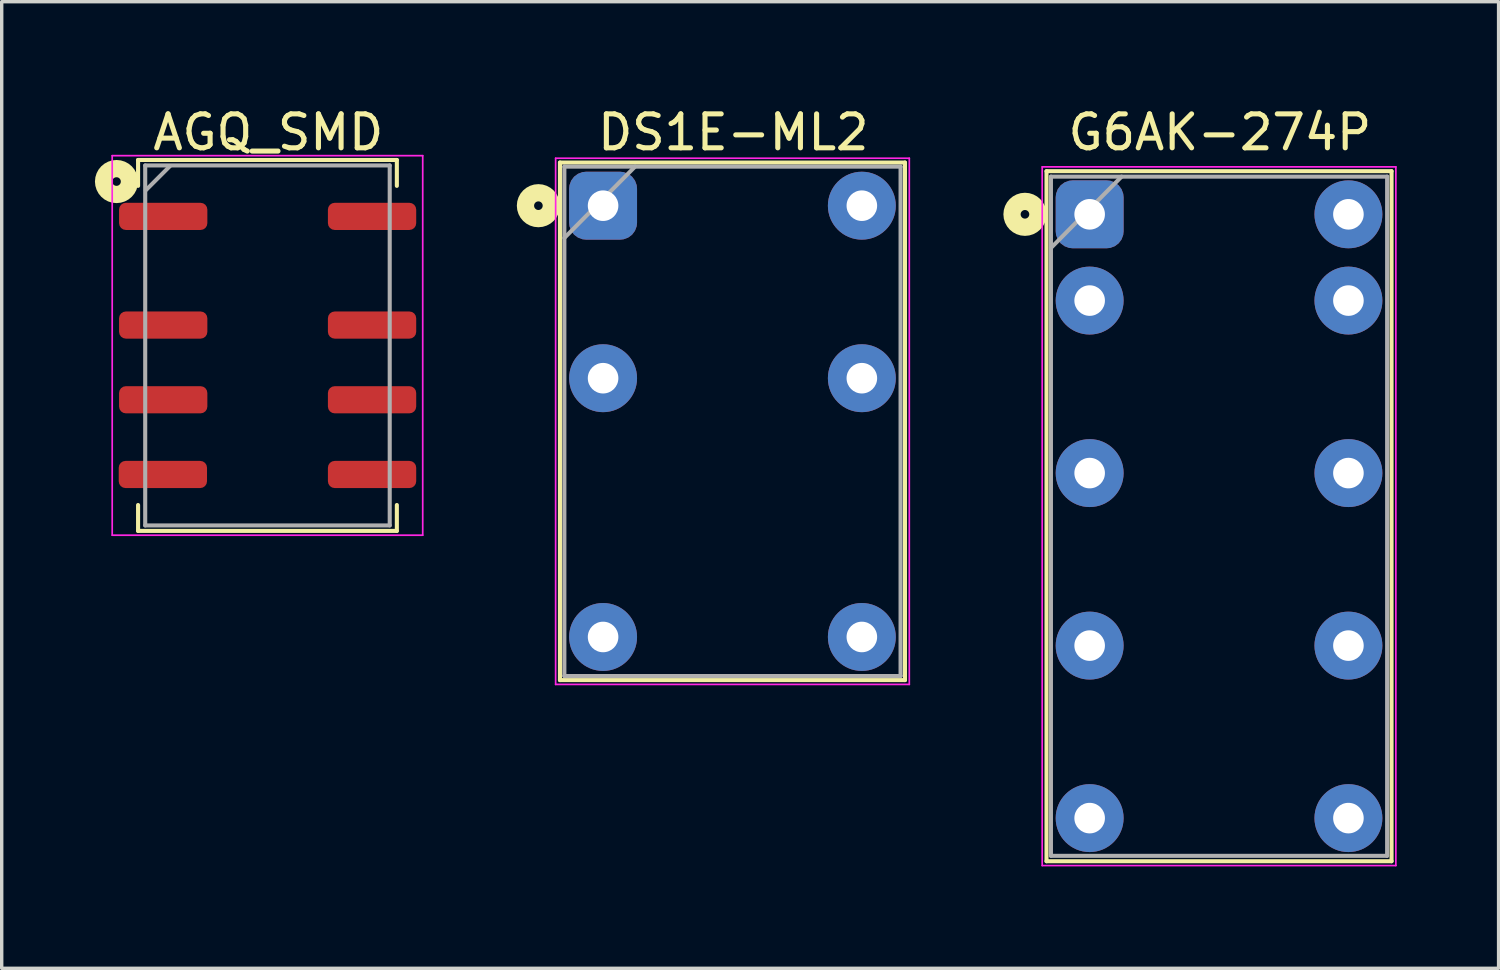
<source format=kicad_pcb>
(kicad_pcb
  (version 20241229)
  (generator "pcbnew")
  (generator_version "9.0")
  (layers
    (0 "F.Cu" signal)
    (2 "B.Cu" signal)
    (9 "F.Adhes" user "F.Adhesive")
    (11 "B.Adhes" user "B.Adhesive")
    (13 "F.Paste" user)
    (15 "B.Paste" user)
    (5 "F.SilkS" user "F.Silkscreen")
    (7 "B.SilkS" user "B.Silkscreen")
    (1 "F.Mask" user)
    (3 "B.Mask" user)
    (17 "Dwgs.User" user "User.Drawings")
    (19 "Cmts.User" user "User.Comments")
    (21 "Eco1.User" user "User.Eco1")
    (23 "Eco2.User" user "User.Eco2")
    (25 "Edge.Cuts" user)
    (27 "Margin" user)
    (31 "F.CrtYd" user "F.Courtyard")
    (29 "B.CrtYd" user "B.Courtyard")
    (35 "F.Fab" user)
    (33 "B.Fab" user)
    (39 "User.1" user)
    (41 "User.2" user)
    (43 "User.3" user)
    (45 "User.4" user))
  (footprint "AGQ_SMD"
    (layer "F.Cu")
    (at 4.826 7.122)
    (property "Reference" "AGQ_SMD" (at 0.025 -6.274 0) (layer "F.SilkS") (effects (font (size 1 1) (thickness 0.15))))
    (attr through_hole)
    (fp_line (start -3.81 -5.461) (end 3.81 -5.461) (stroke (width 0.12) (type solid)) (layer "F.SilkS"))
    (fp_line (start -3.81 -4.699) (end -3.81 -5.461) (stroke (width 0.12) (type solid)) (layer "F.SilkS"))
    (fp_line (start -3.81 5.461) (end -3.81 4.699) (stroke (width 0.12) (type solid)) (layer "F.SilkS"))
    (fp_line (start -3.81 5.461) (end 3.81 5.461) (stroke (width 0.12) (type solid)) (layer "F.SilkS"))
    (fp_line (start 3.81 -5.461) (end 3.81 -4.699) (stroke (width 0.12) (type solid)) (layer "F.SilkS"))
    (fp_line (start 3.81 4.699) (end 3.81 5.461) (stroke (width 0.12) (type solid)) (layer "F.SilkS"))
    (fp_circle (center -4.445 -4.826) (end -4.318 -4.826) (stroke (width 0.508) (type solid)) (fill no) (layer "F.SilkS"))
    (fp_line (start -4.572 -5.588) (end -4.572 5.588) (stroke (width 0.05) (type solid)) (layer "F.CrtYd"))
    (fp_line (start -4.572 5.588) (end 4.572 5.588) (stroke (width 0.05) (type solid)) (layer "F.CrtYd"))
    (fp_line (start 4.572 -5.588) (end -4.572 -5.588) (stroke (width 0.05) (type solid)) (layer "F.CrtYd"))
    (fp_line (start 4.572 5.588) (end 4.572 -5.588) (stroke (width 0.05) (type solid)) (layer "F.CrtYd"))
    (fp_line (start -3.6 -5.3) (end -3.6 5.3) (stroke (width 0.12) (type solid)) (layer "F.Fab"))
    (fp_line (start -3.6 -5.3) (end 3.6 -5.3) (stroke (width 0.12) (type solid)) (layer "F.Fab"))
    (fp_line (start -3.581 -4.572) (end -2.87 -5.283) (stroke (width 0.12) (type solid)) (layer "F.Fab"))
    (fp_line (start 3.6 -5.3) (end 3.6 5.3) (stroke (width 0.12) (type solid)) (layer "F.Fab"))
    (fp_line (start 3.6 5.3) (end -3.6 5.3) (stroke (width 0.12) (type solid)) (layer "F.Fab"))
    (pad "1" smd roundrect (at -3.07 -3.8) (size 2.6 0.8) (layers "F.Cu" "F.Mask" "F.Paste") (roundrect_rratio 0.25))
    (pad "2" smd roundrect (at -3.07 -0.6) (size 2.6 0.8) (layers "F.Cu" "F.Mask" "F.Paste") (roundrect_rratio 0.25))
    (pad "3" smd roundrect (at -3.07 1.6) (size 2.6 0.8) (layers "F.Cu" "F.Mask" "F.Paste") (roundrect_rratio 0.25))
    (pad "4" smd roundrect (at -3.08 3.8) (size 2.6 0.8) (layers "F.Cu" "F.Mask" "F.Paste") (roundrect_rratio 0.25))
    (pad "5" smd roundrect (at 3.08 3.8) (size 2.6 0.8) (layers "F.Cu" "F.Mask" "F.Paste") (roundrect_rratio 0.25))
    (pad "6" smd roundrect (at 3.08 1.6) (size 2.6 0.8) (layers "F.Cu" "F.Mask" "F.Paste") (roundrect_rratio 0.25))
    (pad "7" smd roundrect (at 3.08 -0.6) (size 2.6 0.8) (layers "F.Cu" "F.Mask" "F.Paste") (roundrect_rratio 0.25))
    (pad "8" smd roundrect (at 3.08 -3.8) (size 2.6 0.8) (layers "F.Cu" "F.Mask" "F.Paste") (roundrect_rratio 0.25)))
  (footprint "G6AK-274P"
    (layer "F.Cu")
    (at 32.847 12.151)
    (property "Reference" "G6AK-274P" (at 0.025 -11.303 0) (layer "F.SilkS") (effects (font (size 1 1) (thickness 0.15))))
    (attr through_hole)
    (fp_line (start -5.08 -10.16) (end 5.08 -10.16) (stroke (width 0.12) (type solid)) (layer "F.SilkS"))
    (fp_line (start -5.08 10.16) (end -5.08 -10.16) (stroke (width 0.12) (type solid)) (layer "F.SilkS"))
    (fp_line (start -5.08 10.16) (end 5.08 10.16) (stroke (width 0.12) (type solid)) (layer "F.SilkS"))
    (fp_line (start 5.08 -10.16) (end 5.08 10.16) (stroke (width 0.12) (type solid)) (layer "F.SilkS"))
    (fp_circle (center -5.715 -8.89) (end -5.588 -8.89) (stroke (width 0.508) (type solid)) (fill no) (layer "F.SilkS"))
    (fp_line (start -5.207 -10.287) (end -5.207 10.287) (stroke (width 0.05) (type solid)) (layer "F.CrtYd"))
    (fp_line (start -5.207 10.287) (end 5.207 10.287) (stroke (width 0.05) (type solid)) (layer "F.CrtYd"))
    (fp_line (start 5.207 -10.287) (end -5.207 -10.287) (stroke (width 0.05) (type solid)) (layer "F.CrtYd"))
    (fp_line (start 5.207 10.287) (end 5.207 -10.287) (stroke (width 0.05) (type solid)) (layer "F.CrtYd"))
    (fp_line (start -4.95 -10) (end -4.95 10) (stroke (width 0.12) (type solid)) (layer "F.Fab"))
    (fp_line (start -4.95 -10) (end 4.95 -10) (stroke (width 0.12) (type solid)) (layer "F.Fab"))
    (fp_line (start -4.95 -7.9) (end -2.87 -10) (stroke (width 0.12) (type solid)) (layer "F.Fab"))
    (fp_line (start 4.95 -10) (end 4.95 10) (stroke (width 0.12) (type solid)) (layer "F.Fab"))
    (fp_line (start 4.95 10) (end -4.95 10) (stroke (width 0.12) (type solid)) (layer "F.Fab"))
    (pad "1" thru_hole roundrect (at -3.81 -8.89) (size 2 2) (drill 0.9) (layers "*.Cu" "*.Mask") (roundrect_rratio 0.25))
    (pad "2" thru_hole circle (at -3.81 -6.35) (size 2 2) (drill 0.9) (layers "*.Cu" "*.Mask"))
    (pad "4" thru_hole circle (at -3.81 -1.27) (size 2 2) (drill 0.9) (layers "*.Cu" "*.Mask"))
    (pad "6" thru_hole circle (at -3.81 3.81) (size 2 2) (drill 0.9) (layers "*.Cu" "*.Mask"))
    (pad "8" thru_hole circle (at -3.81 8.89) (size 2 2) (drill 0.9) (layers "*.Cu" "*.Mask"))
    (pad "9" thru_hole circle (at 3.81 8.89) (size 2 2) (drill 0.9) (layers "*.Cu" "*.Mask"))
    (pad "11" thru_hole circle (at 3.81 3.81) (size 2 2) (drill 0.9) (layers "*.Cu" "*.Mask"))
    (pad "13" thru_hole circle (at 3.81 -1.27) (size 2 2) (drill 0.9) (layers "*.Cu" "*.Mask"))
    (pad "15" thru_hole circle (at 3.81 -6.35) (size 2 2) (drill 0.9) (layers "*.Cu" "*.Mask"))
    (pad "16" thru_hole circle (at 3.81 -8.89) (size 2 2) (drill 0.9) (layers "*.Cu" "*.Mask")))
  (footprint "DS1E-ML2"
    (layer "F.Cu")
    (at 18.519 9.357)
    (property "Reference" "DS1E-ML2" (at 0.025 -8.509 0) (layer "F.SilkS") (effects (font (size 1 1) (thickness 0.15))))
    (attr through_hole)
    (fp_line (start -5.08 -7.62) (end 5.08 -7.62) (stroke (width 0.12) (type solid)) (layer "F.SilkS"))
    (fp_line (start -5.08 7.62) (end -5.08 -7.62) (stroke (width 0.12) (type solid)) (layer "F.SilkS"))
    (fp_line (start -5.08 7.62) (end 5.08 7.62) (stroke (width 0.12) (type solid)) (layer "F.SilkS"))
    (fp_line (start 5.08 -7.62) (end 5.08 7.62) (stroke (width 0.12) (type solid)) (layer "F.SilkS"))
    (fp_circle (center -5.715 -6.35) (end -5.588 -6.35) (stroke (width 0.508) (type solid)) (fill no) (layer "F.SilkS"))
    (fp_line (start -5.207 -7.747) (end -5.207 7.747) (stroke (width 0.05) (type solid)) (layer "F.CrtYd"))
    (fp_line (start -5.207 7.747) (end 5.207 7.747) (stroke (width 0.05) (type solid)) (layer "F.CrtYd"))
    (fp_line (start 5.207 -7.747) (end -5.207 -7.747) (stroke (width 0.05) (type solid)) (layer "F.CrtYd"))
    (fp_line (start 5.207 7.747) (end 5.207 -7.747) (stroke (width 0.05) (type solid)) (layer "F.CrtYd"))
    (fp_line (start -4.95 -7.5) (end -4.95 7.5) (stroke (width 0.12) (type solid)) (layer "F.Fab"))
    (fp_line (start -4.95 -7.5) (end 4.95 -7.5) (stroke (width 0.12) (type solid)) (layer "F.Fab"))
    (fp_line (start -4.95 -5.4) (end -2.87 -7.5) (stroke (width 0.12) (type solid)) (layer "F.Fab"))
    (fp_line (start 4.95 -7.5) (end 4.95 7.5) (stroke (width 0.12) (type solid)) (layer "F.Fab"))
    (fp_line (start 4.95 7.5) (end -4.95 7.5) (stroke (width 0.12) (type solid)) (layer "F.Fab"))
    (pad "1" thru_hole roundrect (at -3.81 -6.35) (size 2 2) (drill 0.9) (layers "*.Cu" "*.Mask") (roundrect_rratio 0.25))
    (pad "3" thru_hole circle (at -3.81 -1.27) (size 2 2) (drill 0.9) (layers "*.Cu" "*.Mask"))
    (pad "6" thru_hole circle (at -3.81 6.35) (size 2 2) (drill 0.9) (layers "*.Cu" "*.Mask"))
    (pad "7" thru_hole circle (at 3.81 6.35) (size 2 2) (drill 0.9) (layers "*.Cu" "*.Mask"))
    (pad "10" thru_hole circle (at 3.81 -1.27) (size 2 2) (drill 0.9) (layers "*.Cu" "*.Mask"))
    (pad "12" thru_hole circle (at 3.81 -6.35) (size 2 2) (drill 0.9) (layers "*.Cu" "*.Mask")))
  (gr_rect
    (start -3 -3)
    (end 41.079 25.463)
    (stroke (width 0.1) (type default))
    (fill no)
    (layer "Edge.Cuts")))
</source>
